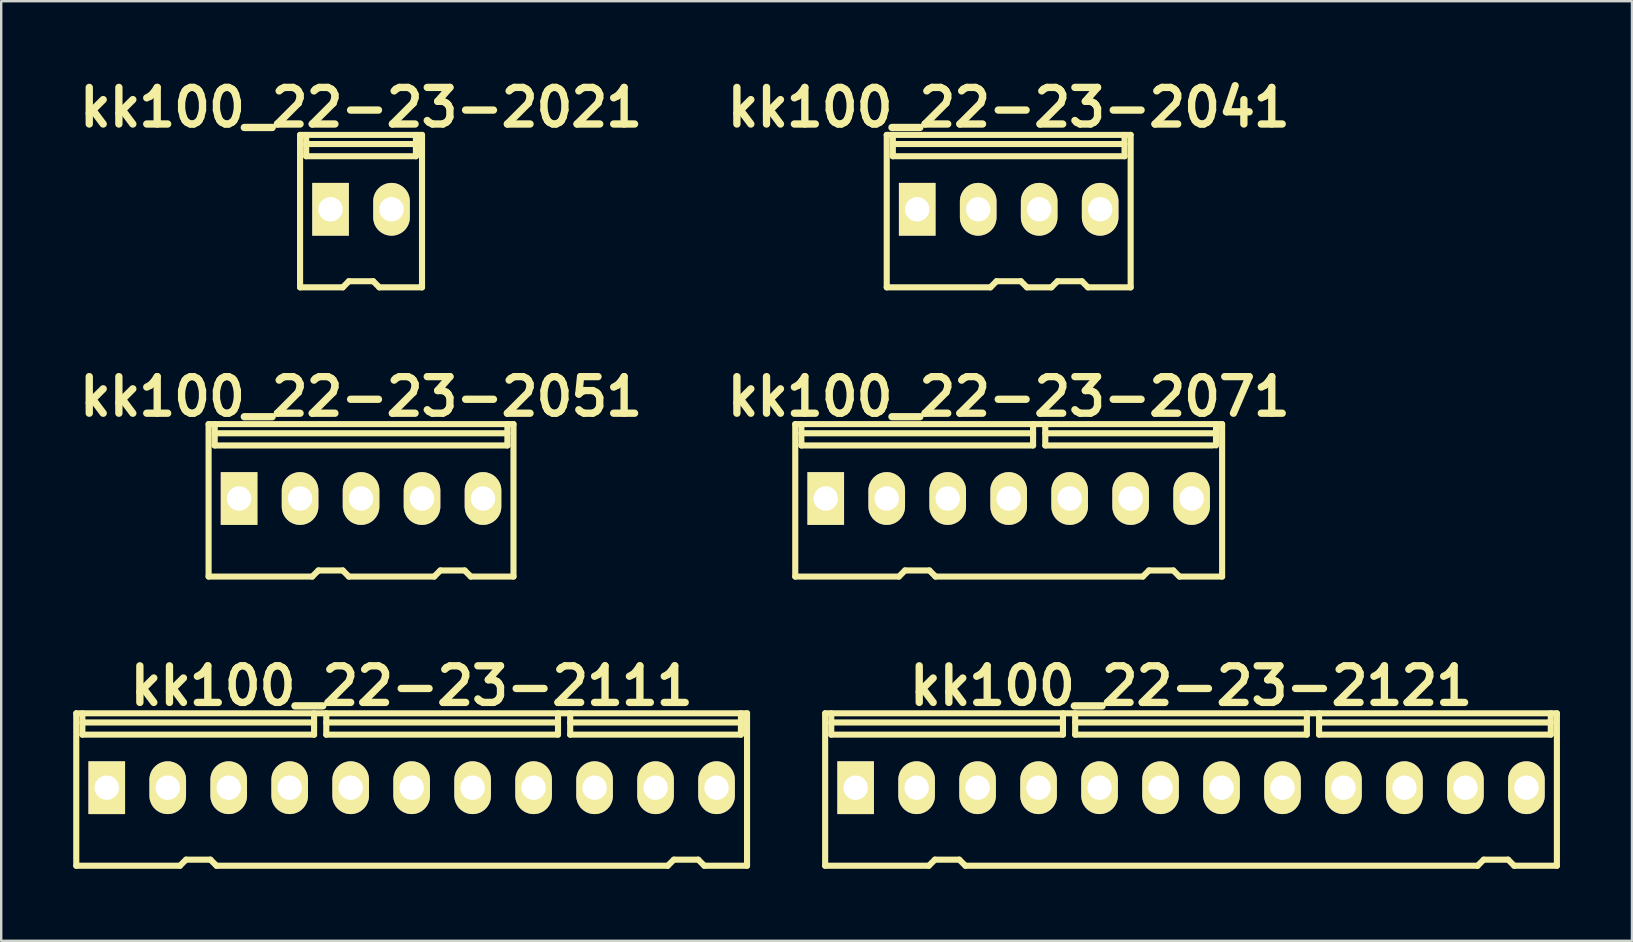
<source format=kicad_pcb>
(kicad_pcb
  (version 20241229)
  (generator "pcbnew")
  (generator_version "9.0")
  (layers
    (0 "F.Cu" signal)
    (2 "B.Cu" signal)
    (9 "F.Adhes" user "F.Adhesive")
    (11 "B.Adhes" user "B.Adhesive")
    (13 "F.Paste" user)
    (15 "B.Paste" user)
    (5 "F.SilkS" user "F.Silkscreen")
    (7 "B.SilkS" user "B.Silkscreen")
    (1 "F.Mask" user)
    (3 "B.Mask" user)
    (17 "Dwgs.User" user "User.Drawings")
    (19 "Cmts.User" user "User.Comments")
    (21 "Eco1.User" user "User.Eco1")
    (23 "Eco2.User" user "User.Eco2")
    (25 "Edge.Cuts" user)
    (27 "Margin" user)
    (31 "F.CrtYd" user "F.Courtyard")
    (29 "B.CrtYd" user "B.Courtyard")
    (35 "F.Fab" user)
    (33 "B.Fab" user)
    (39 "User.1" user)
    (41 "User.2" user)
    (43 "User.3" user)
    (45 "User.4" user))
  (footprint "kk100_22-23-2111"
    (layer "F.Cu")
    (at 14.097 29.837)
    (property "Reference" "kk100_22-23-2111" (at 0 -4.318 0) (layer "F.SilkS") (effects (font (size 1.524 1.524) (thickness 0.305))))
    (attr through_hole)
    (fp_line (start -13.97 -3.175) (end 13.97 -3.175) (stroke (width 0.254) (type solid)) (layer "F.SilkS"))
    (fp_line (start -13.97 3.175) (end -13.97 -3.175) (stroke (width 0.254) (type solid)) (layer "F.SilkS"))
    (fp_line (start -13.716 -2.286) (end -13.716 -3.175) (stroke (width 0.254) (type solid)) (layer "F.SilkS"))
    (fp_line (start -9.652 3.175) (end -13.97 3.175) (stroke (width 0.254) (type solid)) (layer "F.SilkS"))
    (fp_line (start -9.398 2.921) (end -9.652 3.175) (stroke (width 0.254) (type solid)) (layer "F.SilkS"))
    (fp_line (start -9.398 2.921) (end -8.382 2.921) (stroke (width 0.254) (type solid)) (layer "F.SilkS"))
    (fp_line (start -8.382 2.921) (end -8.128 3.175) (stroke (width 0.254) (type solid)) (layer "F.SilkS"))
    (fp_line (start -8.128 3.175) (end 10.668 3.175) (stroke (width 0.254) (type solid)) (layer "F.SilkS"))
    (fp_line (start -4.064 -2.794) (end -13.716 -2.794) (stroke (width 0.254) (type solid)) (layer "F.SilkS"))
    (fp_line (start -4.064 -2.286) (end -13.716 -2.286) (stroke (width 0.254) (type solid)) (layer "F.SilkS"))
    (fp_line (start -4.064 -2.286) (end -4.064 -3.175) (stroke (width 0.254) (type solid)) (layer "F.SilkS"))
    (fp_line (start -3.556 -2.794) (end 6.096 -2.794) (stroke (width 0.254) (type solid)) (layer "F.SilkS"))
    (fp_line (start -3.556 -2.286) (end -3.556 -3.175) (stroke (width 0.254) (type solid)) (layer "F.SilkS"))
    (fp_line (start -3.556 -2.286) (end 6.096 -2.286) (stroke (width 0.254) (type solid)) (layer "F.SilkS"))
    (fp_line (start 6.096 -2.286) (end 6.096 -3.175) (stroke (width 0.254) (type solid)) (layer "F.SilkS"))
    (fp_line (start 6.604 -2.794) (end 13.716 -2.794) (stroke (width 0.254) (type solid)) (layer "F.SilkS"))
    (fp_line (start 6.604 -2.286) (end 6.604 -3.175) (stroke (width 0.254) (type solid)) (layer "F.SilkS"))
    (fp_line (start 6.604 -2.286) (end 13.716 -2.286) (stroke (width 0.254) (type solid)) (layer "F.SilkS"))
    (fp_line (start 10.922 2.921) (end 10.668 3.175) (stroke (width 0.254) (type solid)) (layer "F.SilkS"))
    (fp_line (start 10.922 2.921) (end 11.938 2.921) (stroke (width 0.254) (type solid)) (layer "F.SilkS"))
    (fp_line (start 11.938 2.921) (end 12.192 3.175) (stroke (width 0.254) (type solid)) (layer "F.SilkS"))
    (fp_line (start 12.192 3.175) (end 13.97 3.175) (stroke (width 0.254) (type solid)) (layer "F.SilkS"))
    (fp_line (start 13.716 -2.286) (end 13.716 -3.175) (stroke (width 0.254) (type solid)) (layer "F.SilkS"))
    (fp_line (start 13.97 -3.175) (end 13.97 3.175) (stroke (width 0.254) (type solid)) (layer "F.SilkS"))
    (pad "1" thru_hole rect (at -12.7 -0.076) (size 1.524 2.197) (drill 1.016) (layers "*.Cu" "*.Mask" "F.SilkS"))
    (pad "2" thru_hole oval (at -10.16 -0.076) (size 1.524 2.197) (drill 1.016) (layers "*.Cu" "*.Mask" "F.SilkS"))
    (pad "3" thru_hole oval (at -7.62 -0.076) (size 1.524 2.197) (drill 1.016) (layers "*.Cu" "*.Mask" "F.SilkS"))
    (pad "4" thru_hole oval (at -5.08 -0.076) (size 1.524 2.197) (drill 1.016) (layers "*.Cu" "*.Mask" "F.SilkS"))
    (pad "5" thru_hole oval (at -2.54 -0.076) (size 1.524 2.197) (drill 1.016) (layers "*.Cu" "*.Mask" "F.SilkS"))
    (pad "6" thru_hole oval (at 0 -0.076) (size 1.524 2.197) (drill 1.016) (layers "*.Cu" "*.Mask" "F.SilkS"))
    (pad "7" thru_hole oval (at 2.54 -0.076) (size 1.524 2.197) (drill 1.016) (layers "*.Cu" "*.Mask" "F.SilkS"))
    (pad "8" thru_hole oval (at 5.08 -0.076) (size 1.524 2.197) (drill 1.016) (layers "*.Cu" "*.Mask" "F.SilkS"))
    (pad "9" thru_hole oval (at 7.62 -0.076) (size 1.524 2.197) (drill 1.016) (layers "*.Cu" "*.Mask" "F.SilkS"))
    (pad "10" thru_hole oval (at 10.16 -0.076) (size 1.524 2.197) (drill 1.016) (layers "*.Cu" "*.Mask" "F.SilkS"))
    (pad "11" thru_hole oval (at 12.7 -0.076) (size 1.524 2.197) (drill 1.016) (layers "*.Cu" "*.Mask" "F.SilkS")))
  (footprint "kk100_22-23-2121"
    (layer "F.Cu")
    (at 46.561 29.837)
    (property "Reference" "kk100_22-23-2121" (at 0 -4.318 0) (layer "F.SilkS") (effects (font (size 1.524 1.524) (thickness 0.305))))
    (attr through_hole)
    (fp_line (start -15.24 3.175) (end -15.24 -3.175) (stroke (width 0.254) (type solid)) (layer "F.SilkS"))
    (fp_line (start -14.986 -2.286) (end -14.986 -3.175) (stroke (width 0.254) (type solid)) (layer "F.SilkS"))
    (fp_line (start -10.922 3.175) (end -15.24 3.175) (stroke (width 0.254) (type solid)) (layer "F.SilkS"))
    (fp_line (start -10.668 2.921) (end -10.922 3.175) (stroke (width 0.254) (type solid)) (layer "F.SilkS"))
    (fp_line (start -10.668 2.921) (end -9.652 2.921) (stroke (width 0.254) (type solid)) (layer "F.SilkS"))
    (fp_line (start -9.652 2.921) (end -9.398 3.175) (stroke (width 0.254) (type solid)) (layer "F.SilkS"))
    (fp_line (start -9.398 3.175) (end 11.938 3.175) (stroke (width 0.254) (type solid)) (layer "F.SilkS"))
    (fp_line (start -5.334 -2.794) (end -14.986 -2.794) (stroke (width 0.254) (type solid)) (layer "F.SilkS"))
    (fp_line (start -5.334 -2.286) (end -14.986 -2.286) (stroke (width 0.254) (type solid)) (layer "F.SilkS"))
    (fp_line (start -5.334 -2.286) (end -5.334 -3.175) (stroke (width 0.254) (type solid)) (layer "F.SilkS"))
    (fp_line (start -4.826 -2.794) (end 4.826 -2.794) (stroke (width 0.254) (type solid)) (layer "F.SilkS"))
    (fp_line (start -4.826 -2.286) (end -4.826 -3.175) (stroke (width 0.254) (type solid)) (layer "F.SilkS"))
    (fp_line (start -4.826 -2.286) (end 4.826 -2.286) (stroke (width 0.254) (type solid)) (layer "F.SilkS"))
    (fp_line (start 4.826 -2.286) (end 4.826 -3.175) (stroke (width 0.254) (type solid)) (layer "F.SilkS"))
    (fp_line (start 5.334 -2.794) (end 14.986 -2.794) (stroke (width 0.254) (type solid)) (layer "F.SilkS"))
    (fp_line (start 5.334 -2.286) (end 5.334 -3.175) (stroke (width 0.254) (type solid)) (layer "F.SilkS"))
    (fp_line (start 5.334 -2.286) (end 14.986 -2.286) (stroke (width 0.254) (type solid)) (layer "F.SilkS"))
    (fp_line (start 12.192 2.921) (end 11.938 3.175) (stroke (width 0.254) (type solid)) (layer "F.SilkS"))
    (fp_line (start 12.192 2.921) (end 13.208 2.921) (stroke (width 0.254) (type solid)) (layer "F.SilkS"))
    (fp_line (start 13.208 2.921) (end 13.462 3.175) (stroke (width 0.254) (type solid)) (layer "F.SilkS"))
    (fp_line (start 13.462 3.175) (end 15.24 3.175) (stroke (width 0.254) (type solid)) (layer "F.SilkS"))
    (fp_line (start 14.986 -2.286) (end 14.986 -3.175) (stroke (width 0.254) (type solid)) (layer "F.SilkS"))
    (fp_line (start 15.24 -3.175) (end -15.24 -3.175) (stroke (width 0.254) (type solid)) (layer "F.SilkS"))
    (fp_line (start 15.24 -3.175) (end 15.24 3.175) (stroke (width 0.254) (type solid)) (layer "F.SilkS"))
    (pad "1" thru_hole rect (at -13.97 -0.076) (size 1.524 2.197) (drill 1.016) (layers "*.Cu" "*.Mask" "F.SilkS"))
    (pad "2" thru_hole oval (at -11.43 -0.076) (size 1.524 2.197) (drill 1.016) (layers "*.Cu" "*.Mask" "F.SilkS"))
    (pad "3" thru_hole oval (at -8.89 -0.076) (size 1.524 2.197) (drill 1.016) (layers "*.Cu" "*.Mask" "F.SilkS"))
    (pad "4" thru_hole oval (at -6.35 -0.076) (size 1.524 2.197) (drill 1.016) (layers "*.Cu" "*.Mask" "F.SilkS"))
    (pad "5" thru_hole oval (at -3.81 -0.076) (size 1.524 2.197) (drill 1.016) (layers "*.Cu" "*.Mask" "F.SilkS"))
    (pad "6" thru_hole oval (at -1.27 -0.076) (size 1.524 2.197) (drill 1.016) (layers "*.Cu" "*.Mask" "F.SilkS"))
    (pad "7" thru_hole oval (at 1.27 -0.076) (size 1.524 2.197) (drill 1.016) (layers "*.Cu" "*.Mask" "F.SilkS"))
    (pad "8" thru_hole oval (at 3.81 -0.076) (size 1.524 2.197) (drill 1.016) (layers "*.Cu" "*.Mask" "F.SilkS"))
    (pad "9" thru_hole oval (at 6.35 -0.076) (size 1.524 2.197) (drill 1.016) (layers "*.Cu" "*.Mask" "F.SilkS"))
    (pad "10" thru_hole oval (at 8.89 -0.076) (size 1.524 2.197) (drill 1.016) (layers "*.Cu" "*.Mask" "F.SilkS"))
    (pad "11" thru_hole oval (at 11.43 -0.076) (size 1.524 2.197) (drill 1.016) (layers "*.Cu" "*.Mask" "F.SilkS"))
    (pad "12" thru_hole oval (at 13.97 -0.076) (size 1.524 2.197) (drill 1.016) (layers "*.Cu" "*.Mask" "F.SilkS")))
  (footprint "kk100_22-23-2021"
    (layer "F.Cu")
    (at 11.989 5.744)
    (property "Reference" "kk100_22-23-2021" (at 0 -4.318 0) (layer "F.SilkS") (effects (font (size 1.524 1.524) (thickness 0.305))))
    (attr through_hole)
    (fp_line (start -2.54 -3.175) (end 2.54 -3.175) (stroke (width 0.254) (type solid)) (layer "F.SilkS"))
    (fp_line (start -2.54 3.175) (end -2.54 -3.175) (stroke (width 0.254) (type solid)) (layer "F.SilkS"))
    (fp_line (start -2.286 -2.286) (end -2.286 -3.175) (stroke (width 0.254) (type solid)) (layer "F.SilkS"))
    (fp_line (start -2.286 -2.286) (end 2.286 -2.286) (stroke (width 0.254) (type solid)) (layer "F.SilkS"))
    (fp_line (start -0.762 3.175) (end -2.54 3.175) (stroke (width 0.254) (type solid)) (layer "F.SilkS"))
    (fp_line (start -0.508 2.921) (end -0.762 3.175) (stroke (width 0.254) (type solid)) (layer "F.SilkS"))
    (fp_line (start -0.508 2.921) (end 0.508 2.921) (stroke (width 0.254) (type solid)) (layer "F.SilkS"))
    (fp_line (start 0.508 2.921) (end 0.762 3.175) (stroke (width 0.254) (type solid)) (layer "F.SilkS"))
    (fp_line (start 0.762 3.175) (end 2.54 3.175) (stroke (width 0.254) (type solid)) (layer "F.SilkS"))
    (fp_line (start 2.286 -2.794) (end -2.286 -2.794) (stroke (width 0.254) (type solid)) (layer "F.SilkS"))
    (fp_line (start 2.286 -2.286) (end 2.286 -3.175) (stroke (width 0.254) (type solid)) (layer "F.SilkS"))
    (fp_line (start 2.54 -3.175) (end 2.54 3.175) (stroke (width 0.254) (type solid)) (layer "F.SilkS"))
    (pad "1" thru_hole rect (at -1.27 -0.076) (size 1.524 2.197) (drill 1.016) (layers "*.Cu" "*.Mask" "F.SilkS"))
    (pad "2" thru_hole oval (at 1.27 -0.076) (size 1.524 2.197) (drill 1.016) (layers "*.Cu" "*.Mask" "F.SilkS")))
  (footprint "kk100_22-23-2041"
    (layer "F.Cu")
    (at 38.966 5.744)
    (property "Reference" "kk100_22-23-2041" (at 0 -4.318 0) (layer "F.SilkS") (effects (font (size 1.524 1.524) (thickness 0.305))))
    (attr through_hole)
    (fp_line (start -5.08 -3.175) (end 5.08 -3.175) (stroke (width 0.254) (type solid)) (layer "F.SilkS"))
    (fp_line (start -5.08 3.175) (end -5.08 -3.175) (stroke (width 0.254) (type solid)) (layer "F.SilkS"))
    (fp_line (start -4.826 -2.286) (end -4.826 -3.175) (stroke (width 0.254) (type solid)) (layer "F.SilkS"))
    (fp_line (start -4.826 -2.286) (end 4.826 -2.286) (stroke (width 0.254) (type solid)) (layer "F.SilkS"))
    (fp_line (start -0.762 3.175) (end -5.08 3.175) (stroke (width 0.254) (type solid)) (layer "F.SilkS"))
    (fp_line (start -0.508 2.921) (end -0.762 3.175) (stroke (width 0.254) (type solid)) (layer "F.SilkS"))
    (fp_line (start -0.508 2.921) (end 0.508 2.921) (stroke (width 0.254) (type solid)) (layer "F.SilkS"))
    (fp_line (start 0.508 2.921) (end 0.762 3.175) (stroke (width 0.254) (type solid)) (layer "F.SilkS"))
    (fp_line (start 0.762 3.175) (end 1.778 3.175) (stroke (width 0.254) (type solid)) (layer "F.SilkS"))
    (fp_line (start 2.032 2.921) (end 1.778 3.175) (stroke (width 0.254) (type solid)) (layer "F.SilkS"))
    (fp_line (start 2.032 2.921) (end 3.048 2.921) (stroke (width 0.254) (type solid)) (layer "F.SilkS"))
    (fp_line (start 3.048 2.921) (end 3.302 3.175) (stroke (width 0.254) (type solid)) (layer "F.SilkS"))
    (fp_line (start 3.302 3.175) (end 5.08 3.175) (stroke (width 0.254) (type solid)) (layer "F.SilkS"))
    (fp_line (start 4.826 -2.794) (end -4.826 -2.794) (stroke (width 0.254) (type solid)) (layer "F.SilkS"))
    (fp_line (start 4.826 -2.286) (end 4.826 -3.175) (stroke (width 0.254) (type solid)) (layer "F.SilkS"))
    (fp_line (start 5.08 -3.175) (end 5.08 3.175) (stroke (width 0.254) (type solid)) (layer "F.SilkS"))
    (pad "1" thru_hole rect (at -3.81 -0.076) (size 1.524 2.197) (drill 1.016) (layers "*.Cu" "*.Mask" "F.SilkS"))
    (pad "2" thru_hole oval (at -1.27 -0.076) (size 1.524 2.197) (drill 1.016) (layers "*.Cu" "*.Mask" "F.SilkS"))
    (pad "3" thru_hole oval (at 1.27 -0.076) (size 1.524 2.197) (drill 1.016) (layers "*.Cu" "*.Mask" "F.SilkS"))
    (pad "4" thru_hole oval (at 3.81 -0.076) (size 1.524 2.197) (drill 1.016) (layers "*.Cu" "*.Mask" "F.SilkS")))
  (footprint "kk100_22-23-2071"
    (layer "F.Cu")
    (at 38.966 17.791)
    (property "Reference" "kk100_22-23-2071" (at 0 -4.318 0) (layer "F.SilkS") (effects (font (size 1.524 1.524) (thickness 0.305))))
    (attr through_hole)
    (fp_line (start -8.89 3.175) (end -8.89 -3.175) (stroke (width 0.254) (type solid)) (layer "F.SilkS"))
    (fp_line (start -8.636 -2.286) (end -8.636 -3.175) (stroke (width 0.254) (type solid)) (layer "F.SilkS"))
    (fp_line (start -4.572 3.175) (end -8.89 3.175) (stroke (width 0.254) (type solid)) (layer "F.SilkS"))
    (fp_line (start -4.318 2.921) (end -4.572 3.175) (stroke (width 0.254) (type solid)) (layer "F.SilkS"))
    (fp_line (start -4.318 2.921) (end -3.302 2.921) (stroke (width 0.254) (type solid)) (layer "F.SilkS"))
    (fp_line (start -3.302 2.921) (end -3.048 3.175) (stroke (width 0.254) (type solid)) (layer "F.SilkS"))
    (fp_line (start -3.048 3.175) (end 5.588 3.175) (stroke (width 0.254) (type solid)) (layer "F.SilkS"))
    (fp_line (start 1.016 -2.794) (end -8.636 -2.794) (stroke (width 0.254) (type solid)) (layer "F.SilkS"))
    (fp_line (start 1.016 -2.286) (end -8.636 -2.286) (stroke (width 0.254) (type solid)) (layer "F.SilkS"))
    (fp_line (start 1.016 -2.286) (end 1.016 -3.175) (stroke (width 0.254) (type solid)) (layer "F.SilkS"))
    (fp_line (start 1.524 -2.794) (end 8.636 -2.794) (stroke (width 0.254) (type solid)) (layer "F.SilkS"))
    (fp_line (start 1.524 -2.286) (end 1.524 -3.175) (stroke (width 0.254) (type solid)) (layer "F.SilkS"))
    (fp_line (start 1.524 -2.286) (end 8.509 -2.286) (stroke (width 0.254) (type solid)) (layer "F.SilkS"))
    (fp_line (start 5.842 2.921) (end 5.588 3.175) (stroke (width 0.254) (type solid)) (layer "F.SilkS"))
    (fp_line (start 5.842 2.921) (end 6.858 2.921) (stroke (width 0.254) (type solid)) (layer "F.SilkS"))
    (fp_line (start 6.858 2.921) (end 7.112 3.175) (stroke (width 0.254) (type solid)) (layer "F.SilkS"))
    (fp_line (start 7.112 3.175) (end 8.89 3.175) (stroke (width 0.254) (type solid)) (layer "F.SilkS"))
    (fp_line (start 8.636 -2.286) (end 8.636 -3.175) (stroke (width 0.254) (type solid)) (layer "F.SilkS"))
    (fp_line (start 8.89 -3.175) (end -8.89 -3.175) (stroke (width 0.254) (type solid)) (layer "F.SilkS"))
    (fp_line (start 8.89 -3.175) (end 8.89 3.175) (stroke (width 0.254) (type solid)) (layer "F.SilkS"))
    (pad "1" thru_hole rect (at -7.62 -0.076) (size 1.524 2.197) (drill 1.016) (layers "*.Cu" "*.Mask" "F.SilkS"))
    (pad "2" thru_hole oval (at -5.08 -0.076) (size 1.524 2.197) (drill 1.016) (layers "*.Cu" "*.Mask" "F.SilkS"))
    (pad "3" thru_hole oval (at -2.54 -0.076) (size 1.524 2.197) (drill 1.016) (layers "*.Cu" "*.Mask" "F.SilkS"))
    (pad "4" thru_hole oval (at 0 -0.076) (size 1.524 2.197) (drill 1.016) (layers "*.Cu" "*.Mask" "F.SilkS"))
    (pad "5" thru_hole oval (at 2.54 -0.076) (size 1.524 2.197) (drill 1.016) (layers "*.Cu" "*.Mask" "F.SilkS"))
    (pad "6" thru_hole oval (at 5.08 -0.076) (size 1.524 2.197) (drill 1.016) (layers "*.Cu" "*.Mask" "F.SilkS"))
    (pad "7" thru_hole oval (at 7.62 -0.076) (size 1.524 2.197) (drill 1.016) (layers "*.Cu" "*.Mask" "F.SilkS")))
  (footprint "kk100_22-23-2051"
    (layer "F.Cu")
    (at 11.989 17.791)
    (property "Reference" "kk100_22-23-2051" (at 0 -4.318 0) (layer "F.SilkS") (effects (font (size 1.524 1.524) (thickness 0.305))))
    (attr through_hole)
    (fp_line (start -6.35 -3.175) (end 6.35 -3.175) (stroke (width 0.254) (type solid)) (layer "F.SilkS"))
    (fp_line (start -6.35 3.175) (end -6.35 -3.175) (stroke (width 0.254) (type solid)) (layer "F.SilkS"))
    (fp_line (start -6.096 -2.286) (end -6.096 -3.175) (stroke (width 0.254) (type solid)) (layer "F.SilkS"))
    (fp_line (start -6.096 -2.286) (end 6.096 -2.286) (stroke (width 0.254) (type solid)) (layer "F.SilkS"))
    (fp_line (start -2.032 3.175) (end -6.35 3.175) (stroke (width 0.254) (type solid)) (layer "F.SilkS"))
    (fp_line (start -1.778 2.921) (end -2.032 3.175) (stroke (width 0.254) (type solid)) (layer "F.SilkS"))
    (fp_line (start -1.778 2.921) (end -0.762 2.921) (stroke (width 0.254) (type solid)) (layer "F.SilkS"))
    (fp_line (start -0.762 2.921) (end -0.508 3.175) (stroke (width 0.254) (type solid)) (layer "F.SilkS"))
    (fp_line (start -0.508 3.175) (end 3.048 3.175) (stroke (width 0.254) (type solid)) (layer "F.SilkS"))
    (fp_line (start 3.302 2.921) (end 3.048 3.175) (stroke (width 0.254) (type solid)) (layer "F.SilkS"))
    (fp_line (start 3.302 2.921) (end 4.318 2.921) (stroke (width 0.254) (type solid)) (layer "F.SilkS"))
    (fp_line (start 4.318 2.921) (end 4.572 3.175) (stroke (width 0.254) (type solid)) (layer "F.SilkS"))
    (fp_line (start 4.572 3.175) (end 6.35 3.175) (stroke (width 0.254) (type solid)) (layer "F.SilkS"))
    (fp_line (start 6.096 -2.794) (end -6.096 -2.794) (stroke (width 0.254) (type solid)) (layer "F.SilkS"))
    (fp_line (start 6.096 -2.286) (end 6.096 -3.175) (stroke (width 0.254) (type solid)) (layer "F.SilkS"))
    (fp_line (start 6.35 -3.175) (end 6.35 3.175) (stroke (width 0.254) (type solid)) (layer "F.SilkS"))
    (pad "1" thru_hole rect (at -5.08 -0.076) (size 1.524 2.197) (drill 1.016) (layers "*.Cu" "*.Mask" "F.SilkS"))
    (pad "2" thru_hole oval (at -2.54 -0.076) (size 1.524 2.197) (drill 1.016) (layers "*.Cu" "*.Mask" "F.SilkS"))
    (pad "3" thru_hole oval (at 0 -0.076) (size 1.524 2.197) (drill 1.016) (layers "*.Cu" "*.Mask" "F.SilkS"))
    (pad "4" thru_hole oval (at 2.54 -0.076) (size 1.524 2.197) (drill 1.016) (layers "*.Cu" "*.Mask" "F.SilkS"))
    (pad "5" thru_hole oval (at 5.08 -0.076) (size 1.524 2.197) (drill 1.016) (layers "*.Cu" "*.Mask" "F.SilkS")))
  (gr_rect
    (start -3 -3)
    (end 64.928 36.139)
    (stroke (width 0.1) (type default))
    (fill no)
    (layer "Edge.Cuts")))
</source>
